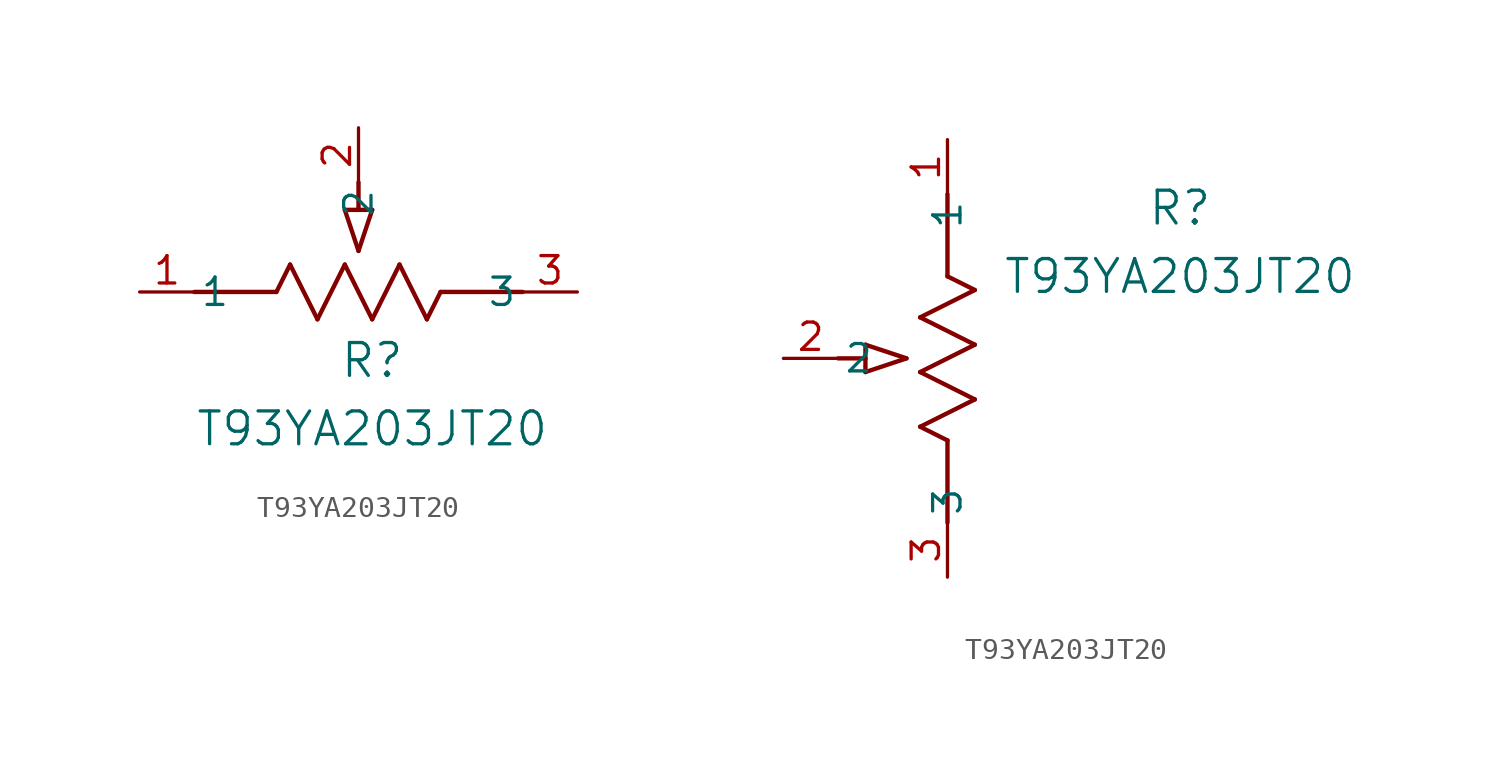
<source format=kicad_sym>
(kicad_symbol_lib
  (version 20211014)
  (generator kicad_symbol_editor)
  (symbol "T93YA203JT20"
    (pin_names
      (offset 0.254))
    (property "Reference" "R"
      (at 10.795 -3.175 0)
      (effects (font (size 1.524 1.524))))
    (property "Value" "T93YA203JT20"
      (at 10.795 -6.35 0)
      (effects (font (size 1.524 1.524))))
    (symbol "T93YA203JT20_1_1"
      (polyline (pts (xy 9.525 3.81) (xy 10.16 1.905)) (stroke (width 0.203) (type default) (color 0 0 0 0)) (fill (type none)))
      (polyline (pts (xy 10.795 3.81) (xy 10.16 1.905)) (stroke (width 0.203) (type default) (color 0 0 0 0)) (fill (type none)))
      (polyline (pts (xy 9.525 3.81) (xy 10.795 3.81)) (stroke (width 0.203) (type default) (color 0 0 0 0)) (fill (type none)))
      (polyline (pts (xy 10.16 3.81) (xy 10.16 5.08)) (stroke (width 0.203) (type default) (color 0 0 0 0)) (fill (type none)))
      (polyline (pts (xy 6.35 0) (xy 6.985 1.27)) (stroke (width 0.203) (type default) (color 0 0 0 0)) (fill (type none)))
      (polyline (pts (xy 9.525 1.27) (xy 10.795 -1.27)) (stroke (width 0.203) (type default) (color 0 0 0 0)) (fill (type none)))
      (polyline (pts (xy 10.795 -1.27) (xy 12.065 1.27)) (stroke (width 0.203) (type default) (color 0 0 0 0)) (fill (type none)))
      (polyline (pts (xy 8.255 -1.27) (xy 9.525 1.27)) (stroke (width 0.203) (type default) (color 0 0 0 0)) (fill (type none)))
      (polyline (pts (xy 6.985 1.27) (xy 8.255 -1.27)) (stroke (width 0.203) (type default) (color 0 0 0 0)) (fill (type none)))
      (polyline (pts (xy 13.335 -1.27) (xy 13.97 0)) (stroke (width 0.203) (type default) (color 0 0 0 0)) (fill (type none)))
      (polyline (pts (xy 13.97 0) (xy 17.78 0)) (stroke (width 0.203) (type default) (color 0 0 0 0)) (fill (type none)))
      (polyline (pts (xy 2.54 0) (xy 6.35 0)) (stroke (width 0.203) (type default) (color 0 0 0 0)) (fill (type none)))
      (polyline (pts (xy 12.065 1.27) (xy 13.335 -1.27)) (stroke (width 0.203) (type default) (color 0 0 0 0)) (fill (type none)))
      (pin unspecified line (at 20.32 0 180) (length 2.54) (name "3" (effects (font (size 1.27 1.27)))) (number "3" (effects (font (size 1.27 1.27)))))
      (pin unspecified line (at 10.16 7.62 270) (length 2.54) (name "2" (effects (font (size 1.27 1.27)))) (number "2" (effects (font (size 1.27 1.27)))))
      (pin unspecified line (at 0 0 0) (length 2.54) (name "1" (effects (font (size 1.27 1.27)))) (number "1" (effects (font (size 1.27 1.27))))))
    (symbol "T93YA203JT20_1_2"
      (polyline (pts (xy 0 -13.97) (xy -1.27 -13.335)) (stroke (width 0.203) (type default) (color 0 0 0 0)) (fill (type none)))
      (polyline (pts (xy 0 -17.78) (xy 0 -13.97)) (stroke (width 0.203) (type default) (color 0 0 0 0)) (fill (type none)))
      (polyline (pts (xy -3.81 -10.795) (xy -1.905 -10.16)) (stroke (width 0.203) (type default) (color 0 0 0 0)) (fill (type none)))
      (polyline (pts (xy -3.81 -9.525) (xy -1.905 -10.16)) (stroke (width 0.203) (type default) (color 0 0 0 0)) (fill (type none)))
      (polyline (pts (xy -3.81 -10.795) (xy -3.81 -9.525)) (stroke (width 0.203) (type default) (color 0 0 0 0)) (fill (type none)))
      (polyline (pts (xy 1.27 -12.065) (xy -1.27 -10.795)) (stroke (width 0.203) (type default) (color 0 0 0 0)) (fill (type none)))
      (polyline (pts (xy -1.27 -10.795) (xy 1.27 -9.525)) (stroke (width 0.203) (type default) (color 0 0 0 0)) (fill (type none)))
      (polyline (pts (xy 1.27 -9.525) (xy -1.27 -8.255)) (stroke (width 0.203) (type default) (color 0 0 0 0)) (fill (type none)))
      (polyline (pts (xy -1.27 -8.255) (xy 1.27 -6.985)) (stroke (width 0.203) (type default) (color 0 0 0 0)) (fill (type none)))
      (polyline (pts (xy 1.27 -6.985) (xy 0 -6.35)) (stroke (width 0.203) (type default) (color 0 0 0 0)) (fill (type none)))
      (polyline (pts (xy -1.27 -13.335) (xy 1.27 -12.065)) (stroke (width 0.203) (type default) (color 0 0 0 0)) (fill (type none)))
      (polyline (pts (xy 0 -6.35) (xy 0 -2.54)) (stroke (width 0.203) (type default) (color 0 0 0 0)) (fill (type none)))
      (polyline (pts (xy -3.81 -10.16) (xy -5.08 -10.16)) (stroke (width 0.203) (type default) (color 0 0 0 0)) (fill (type none)))
      (pin unspecified line (at 0 -20.32 90) (length 2.54) (name "3" (effects (font (size 1.27 1.27)))) (number "3" (effects (font (size 1.27 1.27)))))
      (pin unspecified line (at -7.62 -10.16 0) (length 2.54) (name "2" (effects (font (size 1.27 1.27)))) (number "2" (effects (font (size 1.27 1.27)))))
      (pin unspecified line (at 0 0 270) (length 2.54) (name "1" (effects (font (size 1.27 1.27)))) (number "1" (effects (font (size 1.27 1.27))))))))
</source>
